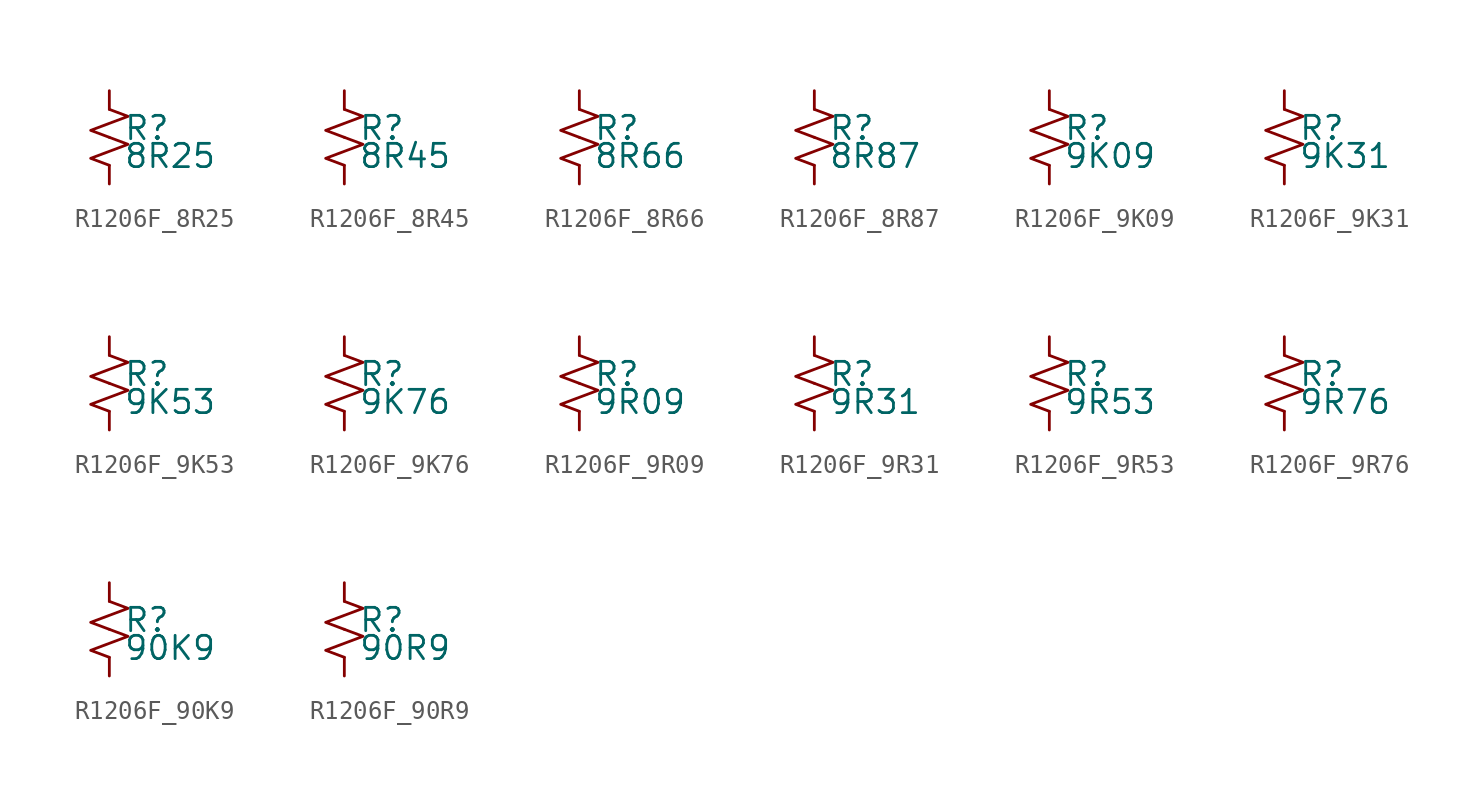
<source format=kicad_sym>
(kicad_symbol_lib
  (version 20220914)
  (generator kicad_symbol_editor)
  (symbol "R1206F_8R25"
    (pin_numbers hide)
    (pin_names
      (offset 0.254) hide)
    (property "Reference" "R"
      (at 0.762 0.508 0)
      (effects (font (size 1.27 1.27)) (justify left)))
    (property "Value" "8R25"
      (at 0.762 -1.016 0)
      (effects (font (size 1.27 1.27)) (justify left)))
    (symbol "R1206F_8R25_1_1"
      (polyline (pts (xy 0 0) (xy 1.016 -0.381) (xy 0 -0.762) (xy -1.016 -1.143) (xy 0 -1.524)) (stroke (width 0) (type default)) (fill (type none)))
      (polyline (pts (xy 0 1.524) (xy 1.016 1.143) (xy 0 0.762) (xy -1.016 0.381) (xy 0 0)) (stroke (width 0) (type default)) (fill (type none)))
      (pin passive line (at 0 2.54 270) (length 1.016) (name "~" (effects (font (size 1.27 1.27)))) (number "1" (effects (font (size 1.27 1.27)))))
      (pin passive line (at 0 -2.54 90) (length 1.016) (name "~" (effects (font (size 1.27 1.27)))) (number "2" (effects (font (size 1.27 1.27)))))))
  (symbol "R1206F_8R45"
    (pin_numbers hide)
    (pin_names
      (offset 0.254) hide)
    (property "Reference" "R"
      (at 0.762 0.508 0)
      (effects (font (size 1.27 1.27)) (justify left)))
    (property "Value" "8R45"
      (at 0.762 -1.016 0)
      (effects (font (size 1.27 1.27)) (justify left)))
    (symbol "R1206F_8R45_1_1"
      (polyline (pts (xy 0 0) (xy 1.016 -0.381) (xy 0 -0.762) (xy -1.016 -1.143) (xy 0 -1.524)) (stroke (width 0) (type default)) (fill (type none)))
      (polyline (pts (xy 0 1.524) (xy 1.016 1.143) (xy 0 0.762) (xy -1.016 0.381) (xy 0 0)) (stroke (width 0) (type default)) (fill (type none)))
      (pin passive line (at 0 2.54 270) (length 1.016) (name "~" (effects (font (size 1.27 1.27)))) (number "1" (effects (font (size 1.27 1.27)))))
      (pin passive line (at 0 -2.54 90) (length 1.016) (name "~" (effects (font (size 1.27 1.27)))) (number "2" (effects (font (size 1.27 1.27)))))))
  (symbol "R1206F_8R66"
    (pin_numbers hide)
    (pin_names
      (offset 0.254) hide)
    (property "Reference" "R"
      (at 0.762 0.508 0)
      (effects (font (size 1.27 1.27)) (justify left)))
    (property "Value" "8R66"
      (at 0.762 -1.016 0)
      (effects (font (size 1.27 1.27)) (justify left)))
    (symbol "R1206F_8R66_1_1"
      (polyline (pts (xy 0 0) (xy 1.016 -0.381) (xy 0 -0.762) (xy -1.016 -1.143) (xy 0 -1.524)) (stroke (width 0) (type default)) (fill (type none)))
      (polyline (pts (xy 0 1.524) (xy 1.016 1.143) (xy 0 0.762) (xy -1.016 0.381) (xy 0 0)) (stroke (width 0) (type default)) (fill (type none)))
      (pin passive line (at 0 2.54 270) (length 1.016) (name "~" (effects (font (size 1.27 1.27)))) (number "1" (effects (font (size 1.27 1.27)))))
      (pin passive line (at 0 -2.54 90) (length 1.016) (name "~" (effects (font (size 1.27 1.27)))) (number "2" (effects (font (size 1.27 1.27)))))))
  (symbol "R1206F_8R87"
    (pin_numbers hide)
    (pin_names
      (offset 0.254) hide)
    (property "Reference" "R"
      (at 0.762 0.508 0)
      (effects (font (size 1.27 1.27)) (justify left)))
    (property "Value" "8R87"
      (at 0.762 -1.016 0)
      (effects (font (size 1.27 1.27)) (justify left)))
    (symbol "R1206F_8R87_1_1"
      (polyline (pts (xy 0 0) (xy 1.016 -0.381) (xy 0 -0.762) (xy -1.016 -1.143) (xy 0 -1.524)) (stroke (width 0) (type default)) (fill (type none)))
      (polyline (pts (xy 0 1.524) (xy 1.016 1.143) (xy 0 0.762) (xy -1.016 0.381) (xy 0 0)) (stroke (width 0) (type default)) (fill (type none)))
      (pin passive line (at 0 2.54 270) (length 1.016) (name "~" (effects (font (size 1.27 1.27)))) (number "1" (effects (font (size 1.27 1.27)))))
      (pin passive line (at 0 -2.54 90) (length 1.016) (name "~" (effects (font (size 1.27 1.27)))) (number "2" (effects (font (size 1.27 1.27)))))))
  (symbol "R1206F_9K09"
    (pin_numbers hide)
    (pin_names
      (offset 0.254) hide)
    (property "Reference" "R"
      (at 0.762 0.508 0)
      (effects (font (size 1.27 1.27)) (justify left)))
    (property "Value" "9K09"
      (at 0.762 -1.016 0)
      (effects (font (size 1.27 1.27)) (justify left)))
    (symbol "R1206F_9K09_1_1"
      (polyline (pts (xy 0 0) (xy 1.016 -0.381) (xy 0 -0.762) (xy -1.016 -1.143) (xy 0 -1.524)) (stroke (width 0) (type default)) (fill (type none)))
      (polyline (pts (xy 0 1.524) (xy 1.016 1.143) (xy 0 0.762) (xy -1.016 0.381) (xy 0 0)) (stroke (width 0) (type default)) (fill (type none)))
      (pin passive line (at 0 2.54 270) (length 1.016) (name "~" (effects (font (size 1.27 1.27)))) (number "1" (effects (font (size 1.27 1.27)))))
      (pin passive line (at 0 -2.54 90) (length 1.016) (name "~" (effects (font (size 1.27 1.27)))) (number "2" (effects (font (size 1.27 1.27)))))))
  (symbol "R1206F_9K31"
    (pin_numbers hide)
    (pin_names
      (offset 0.254) hide)
    (property "Reference" "R"
      (at 0.762 0.508 0)
      (effects (font (size 1.27 1.27)) (justify left)))
    (property "Value" "9K31"
      (at 0.762 -1.016 0)
      (effects (font (size 1.27 1.27)) (justify left)))
    (symbol "R1206F_9K31_1_1"
      (polyline (pts (xy 0 0) (xy 1.016 -0.381) (xy 0 -0.762) (xy -1.016 -1.143) (xy 0 -1.524)) (stroke (width 0) (type default)) (fill (type none)))
      (polyline (pts (xy 0 1.524) (xy 1.016 1.143) (xy 0 0.762) (xy -1.016 0.381) (xy 0 0)) (stroke (width 0) (type default)) (fill (type none)))
      (pin passive line (at 0 2.54 270) (length 1.016) (name "~" (effects (font (size 1.27 1.27)))) (number "1" (effects (font (size 1.27 1.27)))))
      (pin passive line (at 0 -2.54 90) (length 1.016) (name "~" (effects (font (size 1.27 1.27)))) (number "2" (effects (font (size 1.27 1.27)))))))
  (symbol "R1206F_9K53"
    (pin_numbers hide)
    (pin_names
      (offset 0.254) hide)
    (property "Reference" "R"
      (at 0.762 0.508 0)
      (effects (font (size 1.27 1.27)) (justify left)))
    (property "Value" "9K53"
      (at 0.762 -1.016 0)
      (effects (font (size 1.27 1.27)) (justify left)))
    (symbol "R1206F_9K53_1_1"
      (polyline (pts (xy 0 0) (xy 1.016 -0.381) (xy 0 -0.762) (xy -1.016 -1.143) (xy 0 -1.524)) (stroke (width 0) (type default)) (fill (type none)))
      (polyline (pts (xy 0 1.524) (xy 1.016 1.143) (xy 0 0.762) (xy -1.016 0.381) (xy 0 0)) (stroke (width 0) (type default)) (fill (type none)))
      (pin passive line (at 0 2.54 270) (length 1.016) (name "~" (effects (font (size 1.27 1.27)))) (number "1" (effects (font (size 1.27 1.27)))))
      (pin passive line (at 0 -2.54 90) (length 1.016) (name "~" (effects (font (size 1.27 1.27)))) (number "2" (effects (font (size 1.27 1.27)))))))
  (symbol "R1206F_9K76"
    (pin_numbers hide)
    (pin_names
      (offset 0.254) hide)
    (property "Reference" "R"
      (at 0.762 0.508 0)
      (effects (font (size 1.27 1.27)) (justify left)))
    (property "Value" "9K76"
      (at 0.762 -1.016 0)
      (effects (font (size 1.27 1.27)) (justify left)))
    (symbol "R1206F_9K76_1_1"
      (polyline (pts (xy 0 0) (xy 1.016 -0.381) (xy 0 -0.762) (xy -1.016 -1.143) (xy 0 -1.524)) (stroke (width 0) (type default)) (fill (type none)))
      (polyline (pts (xy 0 1.524) (xy 1.016 1.143) (xy 0 0.762) (xy -1.016 0.381) (xy 0 0)) (stroke (width 0) (type default)) (fill (type none)))
      (pin passive line (at 0 2.54 270) (length 1.016) (name "~" (effects (font (size 1.27 1.27)))) (number "1" (effects (font (size 1.27 1.27)))))
      (pin passive line (at 0 -2.54 90) (length 1.016) (name "~" (effects (font (size 1.27 1.27)))) (number "2" (effects (font (size 1.27 1.27)))))))
  (symbol "R1206F_9R09"
    (pin_numbers hide)
    (pin_names
      (offset 0.254) hide)
    (property "Reference" "R"
      (at 0.762 0.508 0)
      (effects (font (size 1.27 1.27)) (justify left)))
    (property "Value" "9R09"
      (at 0.762 -1.016 0)
      (effects (font (size 1.27 1.27)) (justify left)))
    (symbol "R1206F_9R09_1_1"
      (polyline (pts (xy 0 0) (xy 1.016 -0.381) (xy 0 -0.762) (xy -1.016 -1.143) (xy 0 -1.524)) (stroke (width 0) (type default)) (fill (type none)))
      (polyline (pts (xy 0 1.524) (xy 1.016 1.143) (xy 0 0.762) (xy -1.016 0.381) (xy 0 0)) (stroke (width 0) (type default)) (fill (type none)))
      (pin passive line (at 0 2.54 270) (length 1.016) (name "~" (effects (font (size 1.27 1.27)))) (number "1" (effects (font (size 1.27 1.27)))))
      (pin passive line (at 0 -2.54 90) (length 1.016) (name "~" (effects (font (size 1.27 1.27)))) (number "2" (effects (font (size 1.27 1.27)))))))
  (symbol "R1206F_9R31"
    (pin_numbers hide)
    (pin_names
      (offset 0.254) hide)
    (property "Reference" "R"
      (at 0.762 0.508 0)
      (effects (font (size 1.27 1.27)) (justify left)))
    (property "Value" "9R31"
      (at 0.762 -1.016 0)
      (effects (font (size 1.27 1.27)) (justify left)))
    (symbol "R1206F_9R31_1_1"
      (polyline (pts (xy 0 0) (xy 1.016 -0.381) (xy 0 -0.762) (xy -1.016 -1.143) (xy 0 -1.524)) (stroke (width 0) (type default)) (fill (type none)))
      (polyline (pts (xy 0 1.524) (xy 1.016 1.143) (xy 0 0.762) (xy -1.016 0.381) (xy 0 0)) (stroke (width 0) (type default)) (fill (type none)))
      (pin passive line (at 0 2.54 270) (length 1.016) (name "~" (effects (font (size 1.27 1.27)))) (number "1" (effects (font (size 1.27 1.27)))))
      (pin passive line (at 0 -2.54 90) (length 1.016) (name "~" (effects (font (size 1.27 1.27)))) (number "2" (effects (font (size 1.27 1.27)))))))
  (symbol "R1206F_9R53"
    (pin_numbers hide)
    (pin_names
      (offset 0.254) hide)
    (property "Reference" "R"
      (at 0.762 0.508 0)
      (effects (font (size 1.27 1.27)) (justify left)))
    (property "Value" "9R53"
      (at 0.762 -1.016 0)
      (effects (font (size 1.27 1.27)) (justify left)))
    (symbol "R1206F_9R53_1_1"
      (polyline (pts (xy 0 0) (xy 1.016 -0.381) (xy 0 -0.762) (xy -1.016 -1.143) (xy 0 -1.524)) (stroke (width 0) (type default)) (fill (type none)))
      (polyline (pts (xy 0 1.524) (xy 1.016 1.143) (xy 0 0.762) (xy -1.016 0.381) (xy 0 0)) (stroke (width 0) (type default)) (fill (type none)))
      (pin passive line (at 0 2.54 270) (length 1.016) (name "~" (effects (font (size 1.27 1.27)))) (number "1" (effects (font (size 1.27 1.27)))))
      (pin passive line (at 0 -2.54 90) (length 1.016) (name "~" (effects (font (size 1.27 1.27)))) (number "2" (effects (font (size 1.27 1.27)))))))
  (symbol "R1206F_9R76"
    (pin_numbers hide)
    (pin_names
      (offset 0.254) hide)
    (property "Reference" "R"
      (at 0.762 0.508 0)
      (effects (font (size 1.27 1.27)) (justify left)))
    (property "Value" "9R76"
      (at 0.762 -1.016 0)
      (effects (font (size 1.27 1.27)) (justify left)))
    (symbol "R1206F_9R76_1_1"
      (polyline (pts (xy 0 0) (xy 1.016 -0.381) (xy 0 -0.762) (xy -1.016 -1.143) (xy 0 -1.524)) (stroke (width 0) (type default)) (fill (type none)))
      (polyline (pts (xy 0 1.524) (xy 1.016 1.143) (xy 0 0.762) (xy -1.016 0.381) (xy 0 0)) (stroke (width 0) (type default)) (fill (type none)))
      (pin passive line (at 0 2.54 270) (length 1.016) (name "~" (effects (font (size 1.27 1.27)))) (number "1" (effects (font (size 1.27 1.27)))))
      (pin passive line (at 0 -2.54 90) (length 1.016) (name "~" (effects (font (size 1.27 1.27)))) (number "2" (effects (font (size 1.27 1.27)))))))
  (symbol "R1206F_90K9"
    (pin_numbers hide)
    (pin_names
      (offset 0.254) hide)
    (property "Reference" "R"
      (at 0.762 0.508 0)
      (effects (font (size 1.27 1.27)) (justify left)))
    (property "Value" "90K9"
      (at 0.762 -1.016 0)
      (effects (font (size 1.27 1.27)) (justify left)))
    (symbol "R1206F_90K9_1_1"
      (polyline (pts (xy 0 0) (xy 1.016 -0.381) (xy 0 -0.762) (xy -1.016 -1.143) (xy 0 -1.524)) (stroke (width 0) (type default)) (fill (type none)))
      (polyline (pts (xy 0 1.524) (xy 1.016 1.143) (xy 0 0.762) (xy -1.016 0.381) (xy 0 0)) (stroke (width 0) (type default)) (fill (type none)))
      (pin passive line (at 0 2.54 270) (length 1.016) (name "~" (effects (font (size 1.27 1.27)))) (number "1" (effects (font (size 1.27 1.27)))))
      (pin passive line (at 0 -2.54 90) (length 1.016) (name "~" (effects (font (size 1.27 1.27)))) (number "2" (effects (font (size 1.27 1.27)))))))
  (symbol "R1206F_90R9"
    (pin_numbers hide)
    (pin_names
      (offset 0.254) hide)
    (property "Reference" "R"
      (at 0.762 0.508 0)
      (effects (font (size 1.27 1.27)) (justify left)))
    (property "Value" "90R9"
      (at 0.762 -1.016 0)
      (effects (font (size 1.27 1.27)) (justify left)))
    (symbol "R1206F_90R9_1_1"
      (polyline (pts (xy 0 0) (xy 1.016 -0.381) (xy 0 -0.762) (xy -1.016 -1.143) (xy 0 -1.524)) (stroke (width 0) (type default)) (fill (type none)))
      (polyline (pts (xy 0 1.524) (xy 1.016 1.143) (xy 0 0.762) (xy -1.016 0.381) (xy 0 0)) (stroke (width 0) (type default)) (fill (type none)))
      (pin passive line (at 0 2.54 270) (length 1.016) (name "~" (effects (font (size 1.27 1.27)))) (number "1" (effects (font (size 1.27 1.27)))))
      (pin passive line (at 0 -2.54 90) (length 1.016) (name "~" (effects (font (size 1.27 1.27)))) (number "2" (effects (font (size 1.27 1.27))))))))
</source>
